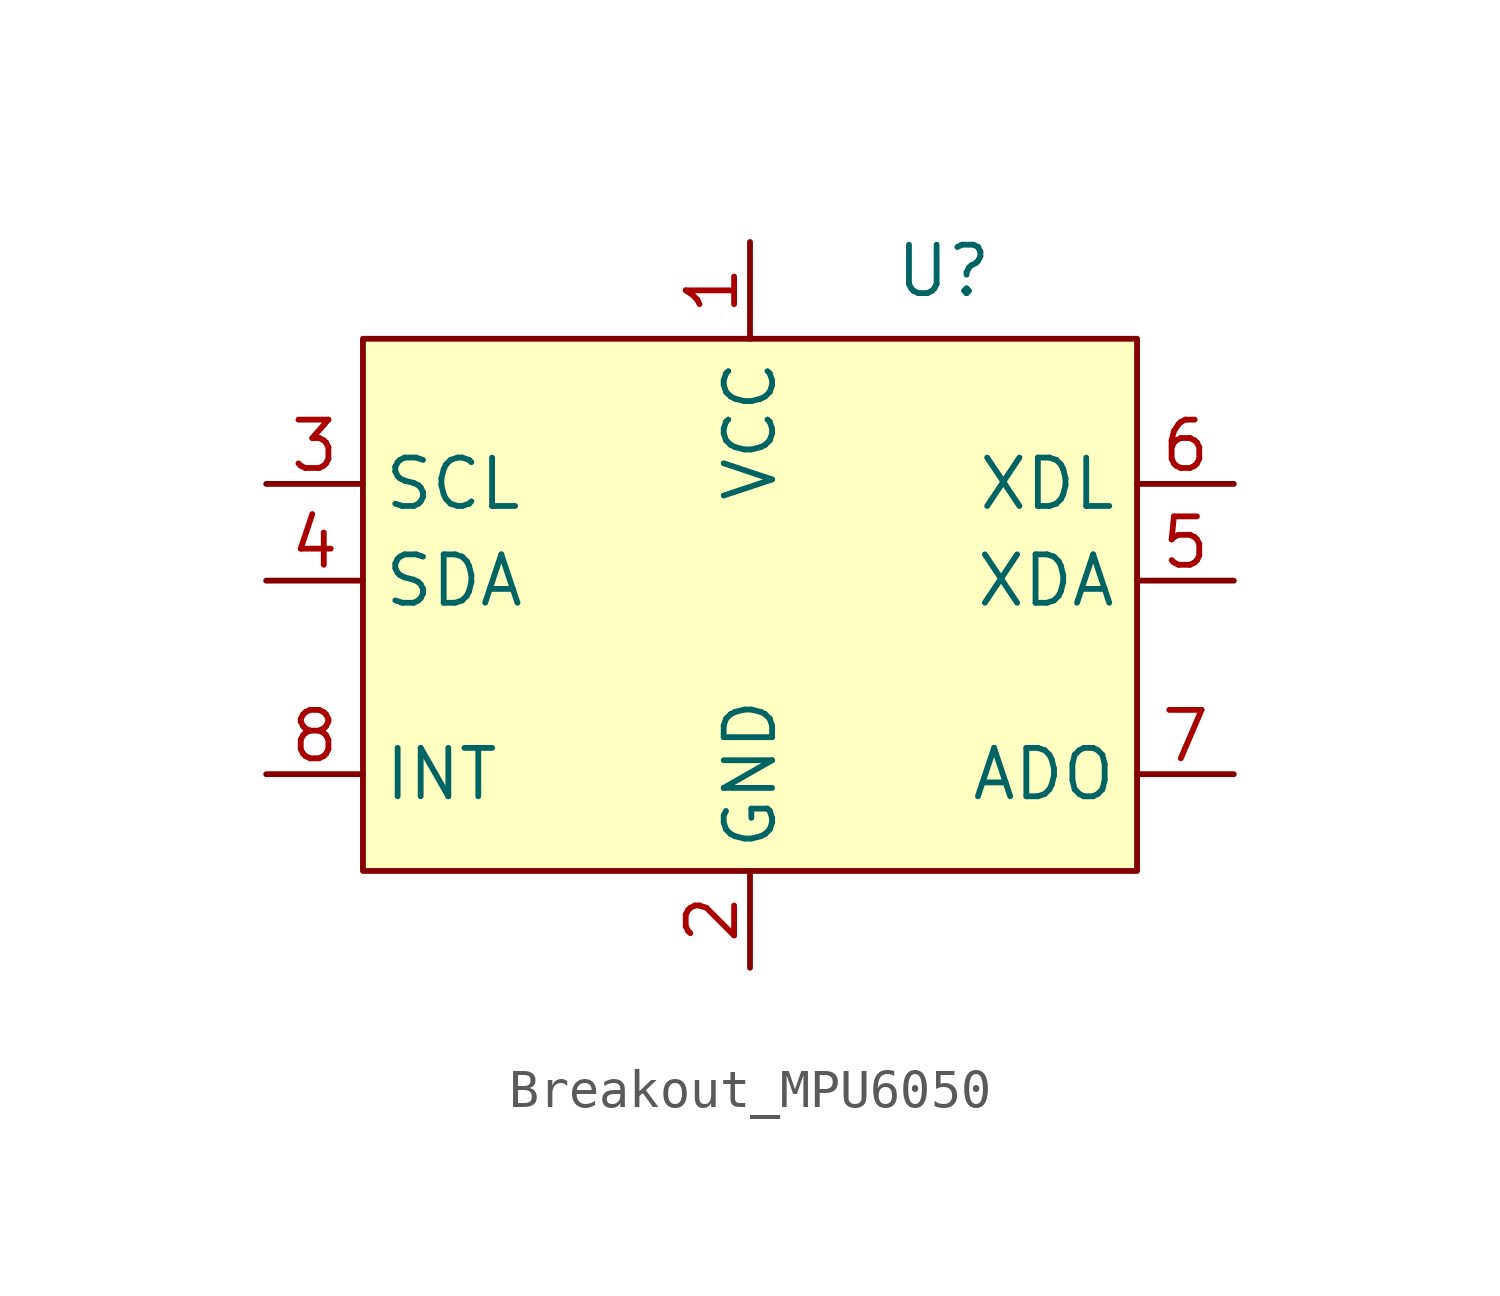
<source format=kicad_sym>
(kicad_symbol_lib
  (version 20231120)
  (generator "kicad_symbol_editor")
  (generator_version "8.0")
  (symbol "Breakout_MPU6050"
    (property "Reference" "U"
      (at 5.08 8.128 0)
      (effects (font (size 1.27 1.27))))
    (property "Value" ""
      (at 0 -6.35 0)
      (effects (font (size 1.27 1.27))))
    (symbol "Breakout_MPU6050_1_1"
      (rectangle (start -10.16 6.35) (end 10.16 -7.62) (stroke (width 0) (type default)) (fill (type background)))
      (pin power_in line (at 0 8.89 270) (length 2.54) (name "VCC" (effects (font (size 1.27 1.27)))) (number "1" (effects (font (size 1.27 1.27)))))
      (pin power_out line (at 0 -10.16 90) (length 2.54) (name "GND" (effects (font (size 1.27 1.27)))) (number "2" (effects (font (size 1.27 1.27)))))
      (pin bidirectional line (at -12.7 2.54 0) (length 2.54) (name "SCL" (effects (font (size 1.27 1.27)))) (number "3" (effects (font (size 1.27 1.27)))))
      (pin bidirectional line (at -12.7 0 0) (length 2.54) (name "SDA" (effects (font (size 1.27 1.27)))) (number "4" (effects (font (size 1.27 1.27)))))
      (pin passive line (at 12.7 0 180) (length 2.54) (name "XDA" (effects (font (size 1.27 1.27)))) (number "5" (effects (font (size 1.27 1.27)))))
      (pin passive line (at 12.7 2.54 180) (length 2.54) (name "XDL" (effects (font (size 1.27 1.27)))) (number "6" (effects (font (size 1.27 1.27)))))
      (pin passive line (at 12.7 -5.08 180) (length 2.54) (name "ADO" (effects (font (size 1.27 1.27)))) (number "7" (effects (font (size 1.27 1.27)))))
      (pin passive line (at -12.7 -5.08 0) (length 2.54) (name "INT" (effects (font (size 1.27 1.27)))) (number "8" (effects (font (size 1.27 1.27))))))))
</source>
